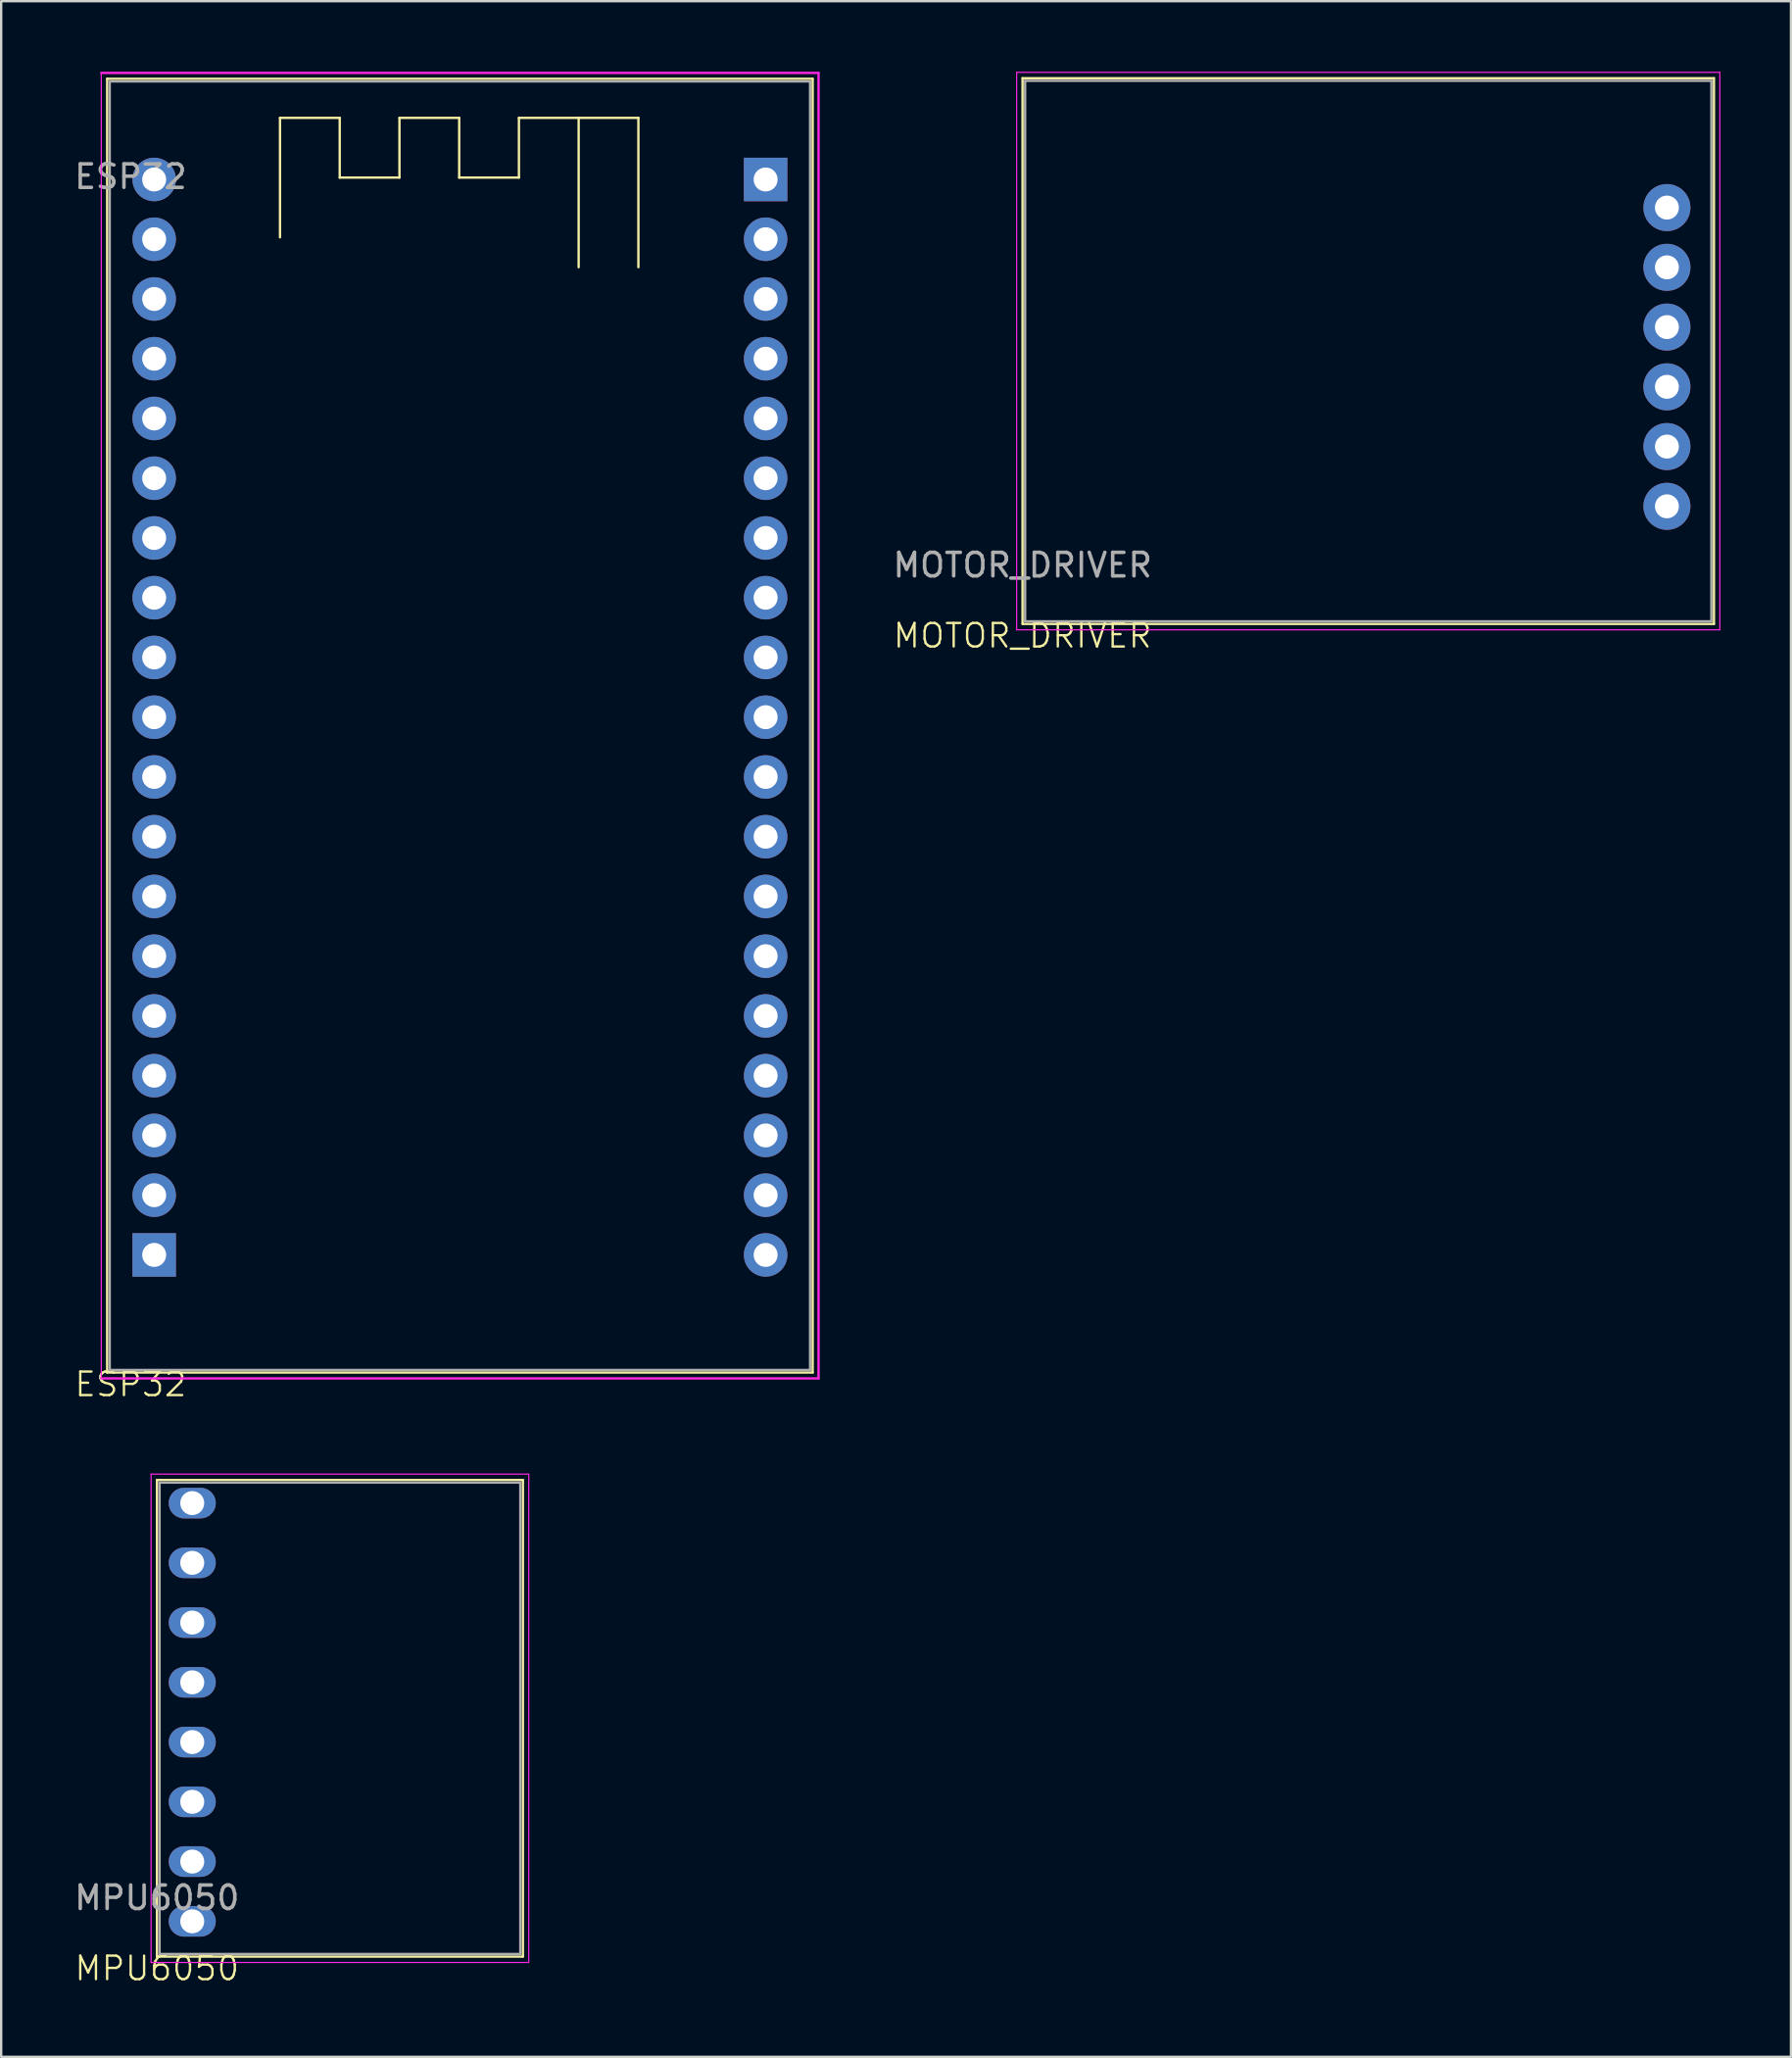
<source format=kicad_pcb>
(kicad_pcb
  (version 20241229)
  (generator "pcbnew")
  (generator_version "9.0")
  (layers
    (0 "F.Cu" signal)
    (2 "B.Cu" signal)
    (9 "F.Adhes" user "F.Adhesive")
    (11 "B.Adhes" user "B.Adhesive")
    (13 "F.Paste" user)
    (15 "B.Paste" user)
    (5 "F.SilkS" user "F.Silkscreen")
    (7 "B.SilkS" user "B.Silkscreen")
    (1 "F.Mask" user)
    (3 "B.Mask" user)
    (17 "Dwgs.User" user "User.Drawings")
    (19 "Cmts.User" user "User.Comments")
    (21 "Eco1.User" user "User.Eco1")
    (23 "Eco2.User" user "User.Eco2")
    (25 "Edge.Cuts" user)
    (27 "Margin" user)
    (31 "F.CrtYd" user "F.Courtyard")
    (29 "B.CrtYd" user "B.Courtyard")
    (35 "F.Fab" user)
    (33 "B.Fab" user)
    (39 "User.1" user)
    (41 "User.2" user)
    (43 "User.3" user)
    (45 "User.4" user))
  (footprint "MPU6050"
    (layer "F.Cu")
    (at 3.625 59.81)
    (property "Reference" "MPU6050" (at 0 20.82 0) (unlocked yes) (layer "F.SilkS") (effects (font (size 1 1) (thickness 0.1))))
    (attr through_hole)
    (fp_line (start 0 0.058) (end 0 20.32) (stroke (width 0.1) (type default)) (layer "F.SilkS"))
    (fp_line (start 0 0.058) (end 15.56 0.058) (stroke (width 0.1) (type default)) (layer "F.SilkS"))
    (fp_line (start 0 20.32) (end 15.56 20.32) (stroke (width 0.1) (type default)) (layer "F.SilkS"))
    (fp_line (start 15.56 20.32) (end 15.56 0.058) (stroke (width 0.1) (type default)) (layer "F.SilkS"))
    (fp_line (start -0.25 -0.192) (end -0.25 20.57) (stroke (width 0.05) (type default)) (layer "F.CrtYd"))
    (fp_line (start -0.25 20.57) (end 15.8 20.57) (stroke (width 0.05) (type default)) (layer "F.CrtYd"))
    (fp_line (start 15.81 -0.192) (end -0.25 -0.192) (stroke (width 0.05) (type default)) (layer "F.CrtYd"))
    (fp_line (start 15.81 20.57) (end 15.81 -0.192) (stroke (width 0.05) (type default)) (layer "F.CrtYd"))
    (fp_line (start 0.11 20.21) (end 0.11 0.168) (stroke (width 0.1) (type default)) (layer "F.Fab"))
    (fp_line (start 15.45 0.168) (end 0.11 0.168) (stroke (width 0.1) (type default)) (layer "F.Fab"))
    (fp_line (start 15.45 0.168) (end 15.45 20.21) (stroke (width 0.1) (type default)) (layer "F.Fab"))
    (fp_line (start 15.45 20.21) (end 0.11 20.21) (stroke (width 0.1) (type default)) (layer "F.Fab"))
    (fp_text user "${REFERENCE}" (at 0 17.82 0) (unlocked yes) (layer "F.Fab") (effects (font (size 1 1) (thickness 0.15))))
    (pad "1" thru_hole oval (at 1.5 1.04) (size 2 1.3) (drill 1.02) (layers "*.Cu" "*.Mask"))
    (pad "2" thru_hole oval (at 1.5 3.58) (size 2 1.3) (drill 1.02) (layers "*.Cu" "*.Mask"))
    (pad "3" thru_hole oval (at 1.5 6.12) (size 2 1.3) (drill 1.02) (layers "*.Cu" "*.Mask"))
    (pad "4" thru_hole oval (at 1.5 8.66) (size 2 1.3) (drill 1.02) (layers "*.Cu" "*.Mask"))
    (pad "5" thru_hole oval (at 1.5 11.2) (size 2 1.3) (drill 1.02) (layers "*.Cu" "*.Mask"))
    (pad "6" thru_hole oval (at 1.5 13.74) (size 2 1.3) (drill 1.02) (layers "*.Cu" "*.Mask"))
    (pad "7" thru_hole oval (at 1.5 16.28) (size 2 1.3) (drill 1.02) (layers "*.Cu" "*.Mask"))
    (pad "8" thru_hole oval (at 1.5 18.82) (size 2 1.3) (drill 1.02) (layers "*.Cu" "*.Mask")))
  (footprint "ESP32"
    (layer "F.Cu")
    (at 2.506 1.96)
    (property "Reference" "ESP32" (at 0 53.84 0) (unlocked yes) (layer "F.SilkS") (effects (font (size 1 1) (thickness 0.1))))
    (attr through_hole)
    (fp_line (start -1 -1.66) (end 29 -1.66) (stroke (width 0.1) (type default)) (layer "F.SilkS"))
    (fp_line (start -1 53.34) (end -1 -1.66) (stroke (width 0.1) (type default)) (layer "F.SilkS"))
    (fp_line (start -1 53.34) (end 29 53.34) (stroke (width 0.1) (type default)) (layer "F.SilkS"))
    (fp_line (start 6.35 0) (end 6.35 5.08) (stroke (width 0.1) (type default)) (layer "F.SilkS"))
    (fp_line (start 8.89 0) (end 6.35 0) (stroke (width 0.1) (type default)) (layer "F.SilkS"))
    (fp_line (start 8.89 2.54) (end 8.89 0) (stroke (width 0.1) (type default)) (layer "F.SilkS"))
    (fp_line (start 11.43 0) (end 11.43 2.54) (stroke (width 0.1) (type default)) (layer "F.SilkS"))
    (fp_line (start 11.43 2.54) (end 8.89 2.54) (stroke (width 0.1) (type default)) (layer "F.SilkS"))
    (fp_line (start 13.97 0) (end 11.43 0) (stroke (width 0.1) (type default)) (layer "F.SilkS"))
    (fp_line (start 13.97 2.54) (end 13.97 0) (stroke (width 0.1) (type default)) (layer "F.SilkS"))
    (fp_line (start 16.51 0) (end 16.51 2.54) (stroke (width 0.1) (type default)) (layer "F.SilkS"))
    (fp_line (start 16.51 2.54) (end 13.97 2.54) (stroke (width 0.1) (type default)) (layer "F.SilkS"))
    (fp_line (start 19.05 0) (end 16.51 0) (stroke (width 0.1) (type default)) (layer "F.SilkS"))
    (fp_line (start 19.05 0) (end 19.05 6.35) (stroke (width 0.1) (type default)) (layer "F.SilkS"))
    (fp_line (start 21.59 0) (end 19.05 0) (stroke (width 0.1) (type default)) (layer "F.SilkS"))
    (fp_line (start 21.59 0) (end 21.59 6.35) (stroke (width 0.1) (type default)) (layer "F.SilkS"))
    (fp_line (start 29 -1.66) (end 29 53.34) (stroke (width 0.1) (type default)) (layer "F.SilkS"))
    (fp_line (start -1.25 53.59) (end -1.25 -1.91) (stroke (width 0.05) (type default)) (layer "F.CrtYd"))
    (fp_line (start 29.25 -1.91) (end -1.25 -1.91) (stroke (width 0.1) (type default)) (layer "F.CrtYd"))
    (fp_line (start 29.25 53.59) (end -1.25 53.59) (stroke (width 0.1) (type default)) (layer "F.CrtYd"))
    (fp_line (start 29.25 53.59) (end 29.25 -1.91) (stroke (width 0.1) (type default)) (layer "F.CrtYd"))
    (fp_line (start -0.89 -1.55) (end 28.89 -1.55) (stroke (width 0.1) (type default)) (layer "F.Fab"))
    (fp_line (start -0.89 53.23) (end -0.89 -1.55) (stroke (width 0.1) (type default)) (layer "F.Fab"))
    (fp_line (start -0.89 53.23) (end 28.89 53.23) (stroke (width 0.1) (type default)) (layer "F.Fab"))
    (fp_line (start 28.89 -1.55) (end 28.89 53.23) (stroke (width 0.1) (type default)) (layer "F.Fab"))
    (fp_text user "${REFERENCE}" (at 0 2.5 0) (unlocked yes) (layer "F.Fab") (effects (font (size 1 1) (thickness 0.15))))
    (pad "1" thru_hole circle (at 1 2.62) (size 1.85 1.85) (drill 1.02) (layers "*.Cu" "*.Mask"))
    (pad "2" thru_hole circle (at 1 5.16) (size 1.85 1.85) (drill 1.02) (layers "*.Cu" "*.Mask"))
    (pad "3" thru_hole circle (at 1 7.7) (size 1.85 1.85) (drill 1.02) (layers "*.Cu" "*.Mask"))
    (pad "4" thru_hole circle (at 1 10.24) (size 1.85 1.85) (drill 1.02) (layers "*.Cu" "*.Mask"))
    (pad "5" thru_hole circle (at 1 12.78) (size 1.85 1.85) (drill 1.02) (layers "*.Cu" "*.Mask"))
    (pad "6" thru_hole circle (at 1 15.32) (size 1.85 1.85) (drill 1.02) (layers "*.Cu" "*.Mask"))
    (pad "7" thru_hole circle (at 1 17.86) (size 1.85 1.85) (drill 1.02) (layers "*.Cu" "*.Mask"))
    (pad "8" thru_hole circle (at 1 20.4) (size 1.85 1.85) (drill 1.02) (layers "*.Cu" "*.Mask"))
    (pad "9" thru_hole circle (at 1 22.94) (size 1.85 1.85) (drill 1.02) (layers "*.Cu" "*.Mask"))
    (pad "10" thru_hole circle (at 1 25.48) (size 1.85 1.85) (drill 1.02) (layers "*.Cu" "*.Mask"))
    (pad "11" thru_hole circle (at 1 28.02) (size 1.85 1.85) (drill 1.02) (layers "*.Cu" "*.Mask"))
    (pad "12" thru_hole circle (at 1 30.56) (size 1.85 1.85) (drill 1.02) (layers "*.Cu" "*.Mask"))
    (pad "13" thru_hole circle (at 1 33.1) (size 1.85 1.85) (drill 1.02) (layers "*.Cu" "*.Mask"))
    (pad "14" thru_hole circle (at 1 35.64) (size 1.85 1.85) (drill 1.02) (layers "*.Cu" "*.Mask"))
    (pad "15" thru_hole circle (at 1 38.18) (size 1.85 1.85) (drill 1.02) (layers "*.Cu" "*.Mask"))
    (pad "16" thru_hole circle (at 1 40.72) (size 1.85 1.85) (drill 1.02) (layers "*.Cu" "*.Mask"))
    (pad "17" thru_hole circle (at 1 43.26) (size 1.85 1.85) (drill 1.02) (layers "*.Cu" "*.Mask"))
    (pad "18" thru_hole circle (at 1 45.8) (size 1.85 1.85) (drill 1.02) (layers "*.Cu" "*.Mask"))
    (pad "19" thru_hole rect (at 1 48.34) (size 1.85 1.85) (drill 1.02) (layers "*.Cu" "*.Mask"))
    (pad "20" thru_hole circle (at 27 48.34) (size 1.85 1.85) (drill 1.02) (layers "*.Cu" "*.Mask"))
    (pad "21" thru_hole circle (at 27 45.8) (size 1.85 1.85) (drill 1.02) (layers "*.Cu" "*.Mask"))
    (pad "22" thru_hole circle (at 27 43.26) (size 1.85 1.85) (drill 1.02) (layers "*.Cu" "*.Mask"))
    (pad "23" thru_hole circle (at 27 40.72) (size 1.85 1.85) (drill 1.02) (layers "*.Cu" "*.Mask"))
    (pad "24" thru_hole circle (at 27 38.18) (size 1.85 1.85) (drill 1.02) (layers "*.Cu" "*.Mask"))
    (pad "25" thru_hole circle (at 27 35.64) (size 1.85 1.85) (drill 1.02) (layers "*.Cu" "*.Mask"))
    (pad "26" thru_hole circle (at 27 33.1) (size 1.85 1.85) (drill 1.02) (layers "*.Cu" "*.Mask"))
    (pad "27" thru_hole circle (at 27 30.56) (size 1.85 1.85) (drill 1.02) (layers "*.Cu" "*.Mask"))
    (pad "28" thru_hole circle (at 27 28.02) (size 1.85 1.85) (drill 1.02) (layers "*.Cu" "*.Mask"))
    (pad "29" thru_hole circle (at 27 25.48) (size 1.85 1.85) (drill 1.02) (layers "*.Cu" "*.Mask"))
    (pad "30" thru_hole circle (at 27 22.94) (size 1.85 1.85) (drill 1.02) (layers "*.Cu" "*.Mask"))
    (pad "31" thru_hole circle (at 27 20.4) (size 1.85 1.85) (drill 1.02) (layers "*.Cu" "*.Mask"))
    (pad "32" thru_hole circle (at 27 17.86) (size 1.85 1.85) (drill 1.02) (layers "*.Cu" "*.Mask"))
    (pad "33" thru_hole circle (at 27 15.32) (size 1.85 1.85) (drill 1.02) (layers "*.Cu" "*.Mask"))
    (pad "34" thru_hole circle (at 27 12.78) (size 1.85 1.85) (drill 1.02) (layers "*.Cu" "*.Mask"))
    (pad "35" thru_hole circle (at 27 10.24) (size 1.85 1.85) (drill 1.02) (layers "*.Cu" "*.Mask"))
    (pad "36" thru_hole circle (at 27 7.7) (size 1.85 1.85) (drill 1.02) (layers "*.Cu" "*.Mask"))
    (pad "37" thru_hole circle (at 27 5.16) (size 1.85 1.85) (drill 1.02) (layers "*.Cu" "*.Mask"))
    (pad "38" thru_hole rect (at 27 2.62) (size 1.85 1.85) (drill 1.02) (layers "*.Cu" "*.Mask")))
  (footprint "MOTOR_DRIVER"
    (layer "F.Cu")
    (at 40.431 0.615)
    (property "Reference" "MOTOR_DRIVER" (at 0 23.36 0) (unlocked yes) (layer "F.SilkS") (effects (font (size 1 1) (thickness 0.1))))
    (attr through_hole)
    (fp_line (start 0 -0.34) (end 29.4 -0.34) (stroke (width 0.1) (type default)) (layer "F.SilkS"))
    (fp_line (start 0 22.86) (end 0 -0.34) (stroke (width 0.1) (type default)) (layer "F.SilkS"))
    (fp_line (start 29.4 -0.34) (end 29.4 22.86) (stroke (width 0.1) (type default)) (layer "F.SilkS"))
    (fp_line (start 29.4 22.86) (end 0 22.86) (stroke (width 0.1) (type default)) (layer "F.SilkS"))
    (fp_line (start -0.25 -0.59) (end -0.25 23.11) (stroke (width 0.05) (type default)) (layer "F.CrtYd"))
    (fp_line (start -0.25 23.11) (end 29.64 23.11) (stroke (width 0.05) (type default)) (layer "F.CrtYd"))
    (fp_line (start 29.64 -0.59) (end -0.25 -0.59) (stroke (width 0.05) (type default)) (layer "F.CrtYd"))
    (fp_line (start 29.65 23.11) (end 29.65 -0.59) (stroke (width 0.05) (type default)) (layer "F.CrtYd"))
    (fp_line (start 0.11 -0.23) (end 0.11 22.75) (stroke (width 0.1) (type default)) (layer "F.Fab"))
    (fp_line (start 0.11 22.75) (end 29.29 22.75) (stroke (width 0.1) (type default)) (layer "F.Fab"))
    (fp_line (start 29.29 -0.23) (end 0.11 -0.23) (stroke (width 0.1) (type default)) (layer "F.Fab"))
    (fp_line (start 29.29 22.75) (end 29.29 -0.23) (stroke (width 0.1) (type default)) (layer "F.Fab"))
    (fp_text user "${REFERENCE}" (at 0 20.36 0) (unlocked yes) (layer "F.Fab") (effects (font (size 1 1) (thickness 0.15))))
    (pad "1" thru_hole circle (at 27.4 5.16) (size 2 2) (drill 1.02) (layers "*.Cu" "*.Mask"))
    (pad "2" thru_hole circle (at 27.4 7.7) (size 2 2) (drill 1.02) (layers "*.Cu" "*.Mask"))
    (pad "3" thru_hole circle (at 27.4 10.24) (size 2 2) (drill 1.02) (layers "*.Cu" "*.Mask"))
    (pad "4" thru_hole circle (at 27.4 12.78) (size 2 2) (drill 1.02) (layers "*.Cu" "*.Mask"))
    (pad "5" thru_hole circle (at 27.4 15.32) (size 2 2) (drill 1.02) (layers "*.Cu" "*.Mask"))
    (pad "6" thru_hole circle (at 27.4 17.86) (size 2 2) (drill 1.02) (layers "*.Cu" "*.Mask")))
  (gr_rect
    (start -3 -3)
    (end 73.106 84.391)
    (stroke (width 0.1) (type default))
    (fill no)
    (layer "Edge.Cuts")))
</source>
